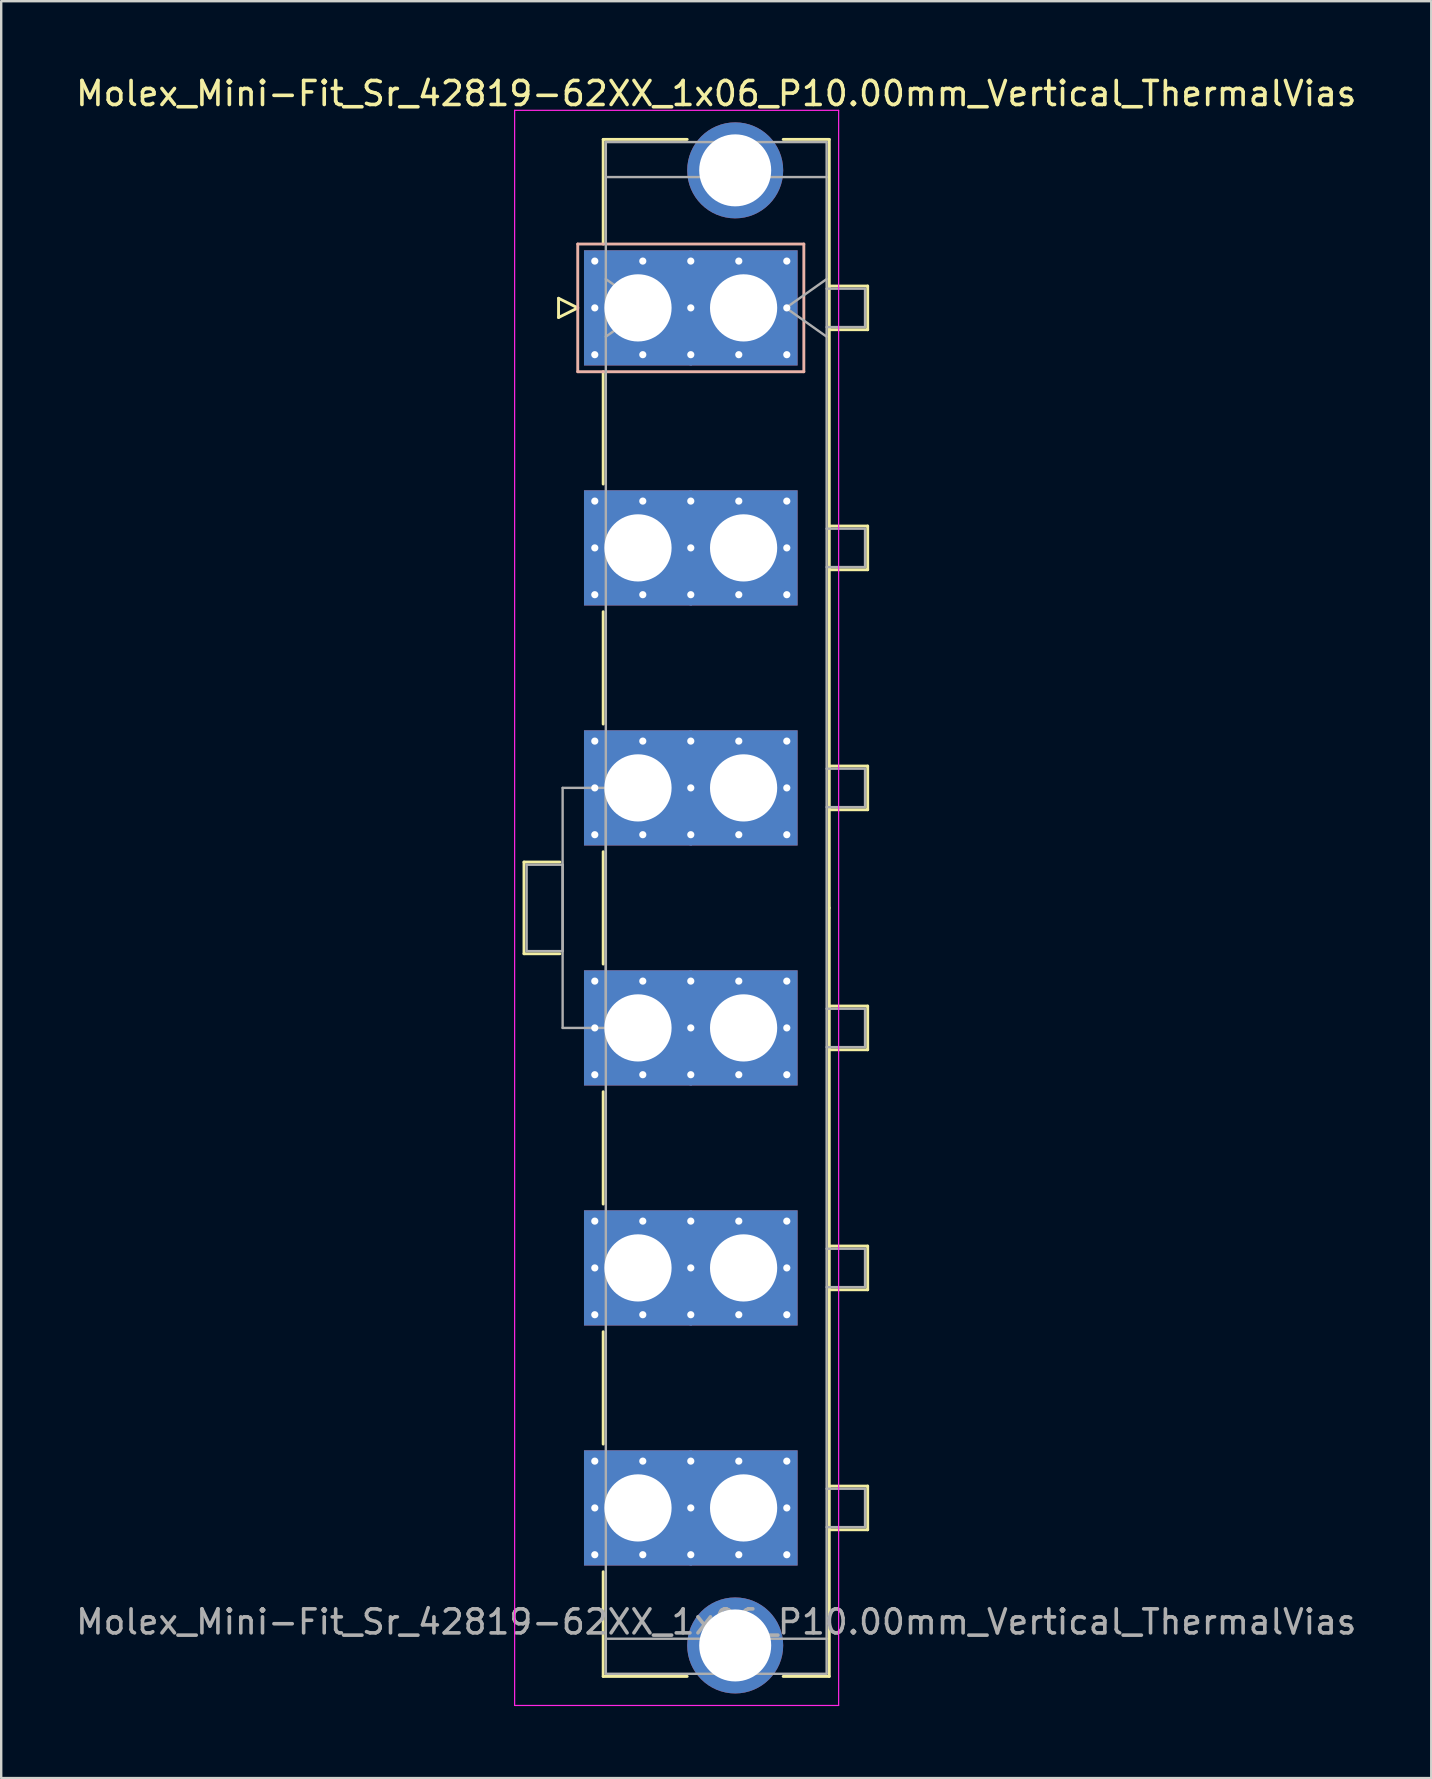
<source format=kicad_pcb>
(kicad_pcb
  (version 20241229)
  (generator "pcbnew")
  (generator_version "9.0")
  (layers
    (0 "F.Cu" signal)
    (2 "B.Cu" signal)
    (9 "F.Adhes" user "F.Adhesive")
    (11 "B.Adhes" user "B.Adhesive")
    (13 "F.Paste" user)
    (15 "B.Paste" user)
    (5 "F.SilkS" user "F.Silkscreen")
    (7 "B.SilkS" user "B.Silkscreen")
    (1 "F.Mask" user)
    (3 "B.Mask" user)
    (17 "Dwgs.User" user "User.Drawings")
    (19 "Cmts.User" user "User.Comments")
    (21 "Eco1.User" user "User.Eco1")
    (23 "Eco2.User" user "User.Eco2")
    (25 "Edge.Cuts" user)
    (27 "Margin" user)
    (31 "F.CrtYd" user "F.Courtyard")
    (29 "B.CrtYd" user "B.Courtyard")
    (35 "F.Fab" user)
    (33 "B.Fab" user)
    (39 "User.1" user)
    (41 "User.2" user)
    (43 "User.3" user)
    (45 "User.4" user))
  (footprint "Molex_Mini-Fit_Sr_42819-62XX_1x06_P10.00mm_Vertical_ThermalVias"
    (layer "F.Cu")
    (at 23.532 9.778)
    (property "Reference" "Molex_Mini-Fit_Sr_42819-62XX_1x06_P10.00mm_Vertical_ThermalVias" (at 3.26 -8.93 0) (layer "F.SilkS") (effects (font (size 1 1) (thickness 0.15))))
    (attr through_hole)
    (fp_line (start -4.75 23.09) (end -4.75 26.91) (stroke (width 0.12) (type solid)) (layer "F.SilkS"))
    (fp_line (start -4.75 26.91) (end -3.25 26.91) (stroke (width 0.12) (type solid)) (layer "F.SilkS"))
    (fp_line (start -3.31 -0.4) (end -3.31 0.4) (stroke (width 0.12) (type solid)) (layer "F.SilkS"))
    (fp_line (start -3.31 0.4) (end -2.51 0) (stroke (width 0.12) (type solid)) (layer "F.SilkS"))
    (fp_line (start -3.25 23.09) (end -4.75 23.09) (stroke (width 0.12) (type solid)) (layer "F.SilkS"))
    (fp_line (start -2.51 0) (end -3.31 -0.4) (stroke (width 0.12) (type solid)) (layer "F.SilkS"))
    (fp_line (start -1.45 -7.02) (end 2.05 -7.02) (stroke (width 0.12) (type solid)) (layer "F.SilkS"))
    (fp_line (start -1.45 -2.66) (end -1.45 -7.02) (stroke (width 0.12) (type solid)) (layer "F.SilkS"))
    (fp_line (start -1.45 2.66) (end -1.45 7.34) (stroke (width 0.12) (type solid)) (layer "F.SilkS"))
    (fp_line (start -1.45 12.66) (end -1.45 17.34) (stroke (width 0.12) (type solid)) (layer "F.SilkS"))
    (fp_line (start -1.45 22.66) (end -1.45 27.34) (stroke (width 0.12) (type solid)) (layer "F.SilkS"))
    (fp_line (start -1.45 32.66) (end -1.45 37.34) (stroke (width 0.12) (type solid)) (layer "F.SilkS"))
    (fp_line (start -1.45 42.66) (end -1.45 47.34) (stroke (width 0.12) (type solid)) (layer "F.SilkS"))
    (fp_line (start -1.45 52.66) (end -1.45 57.02) (stroke (width 0.12) (type solid)) (layer "F.SilkS"))
    (fp_line (start -1.45 57.02) (end 2.05 57.02) (stroke (width 0.12) (type solid)) (layer "F.SilkS"))
    (fp_line (start 6.05 -7.02) (end 7.97 -7.02) (stroke (width 0.12) (type solid)) (layer "F.SilkS"))
    (fp_line (start 6.05 57.02) (end 7.97 57.02) (stroke (width 0.12) (type solid)) (layer "F.SilkS"))
    (fp_line (start 7.97 -7.02) (end 7.97 25) (stroke (width 0.12) (type solid)) (layer "F.SilkS"))
    (fp_line (start 7.97 -0.91) (end 9.57 -0.91) (stroke (width 0.12) (type solid)) (layer "F.SilkS"))
    (fp_line (start 7.97 9.09) (end 9.57 9.09) (stroke (width 0.12) (type solid)) (layer "F.SilkS"))
    (fp_line (start 7.97 19.09) (end 9.57 19.09) (stroke (width 0.12) (type solid)) (layer "F.SilkS"))
    (fp_line (start 7.97 29.09) (end 9.57 29.09) (stroke (width 0.12) (type solid)) (layer "F.SilkS"))
    (fp_line (start 7.97 39.09) (end 9.57 39.09) (stroke (width 0.12) (type solid)) (layer "F.SilkS"))
    (fp_line (start 7.97 49.09) (end 9.57 49.09) (stroke (width 0.12) (type solid)) (layer "F.SilkS"))
    (fp_line (start 7.97 57.02) (end 7.97 25) (stroke (width 0.12) (type solid)) (layer "F.SilkS"))
    (fp_line (start 9.57 -0.91) (end 9.57 0.91) (stroke (width 0.12) (type solid)) (layer "F.SilkS"))
    (fp_line (start 9.57 0.91) (end 7.97 0.91) (stroke (width 0.12) (type solid)) (layer "F.SilkS"))
    (fp_line (start 9.57 9.09) (end 9.57 10.91) (stroke (width 0.12) (type solid)) (layer "F.SilkS"))
    (fp_line (start 9.57 10.91) (end 7.97 10.91) (stroke (width 0.12) (type solid)) (layer "F.SilkS"))
    (fp_line (start 9.57 19.09) (end 9.57 20.91) (stroke (width 0.12) (type solid)) (layer "F.SilkS"))
    (fp_line (start 9.57 20.91) (end 7.97 20.91) (stroke (width 0.12) (type solid)) (layer "F.SilkS"))
    (fp_line (start 9.57 29.09) (end 9.57 30.91) (stroke (width 0.12) (type solid)) (layer "F.SilkS"))
    (fp_line (start 9.57 30.91) (end 7.97 30.91) (stroke (width 0.12) (type solid)) (layer "F.SilkS"))
    (fp_line (start 9.57 39.09) (end 9.57 40.91) (stroke (width 0.12) (type solid)) (layer "F.SilkS"))
    (fp_line (start 9.57 40.91) (end 7.97 40.91) (stroke (width 0.12) (type solid)) (layer "F.SilkS"))
    (fp_line (start 9.57 49.09) (end 9.57 50.91) (stroke (width 0.12) (type solid)) (layer "F.SilkS"))
    (fp_line (start 9.57 50.91) (end 7.97 50.91) (stroke (width 0.12) (type solid)) (layer "F.SilkS"))
    (fp_line (start -2.51 -2.66) (end -2.51 2.66) (stroke (width 0.12) (type solid)) (layer "B.SilkS"))
    (fp_line (start -2.51 2.66) (end 6.91 2.66) (stroke (width 0.12) (type solid)) (layer "B.SilkS"))
    (fp_line (start 6.91 -2.66) (end -2.51 -2.66) (stroke (width 0.12) (type solid)) (layer "B.SilkS"))
    (fp_line (start 6.91 2.66) (end 6.91 -2.66) (stroke (width 0.12) (type solid)) (layer "B.SilkS"))
    (fp_line (start -5.14 -8.23) (end -5.14 58.23) (stroke (width 0.05) (type solid)) (layer "F.CrtYd"))
    (fp_line (start -5.14 58.23) (end 8.36 58.23) (stroke (width 0.05) (type solid)) (layer "F.CrtYd"))
    (fp_line (start 8.36 -8.23) (end -5.14 -8.23) (stroke (width 0.05) (type solid)) (layer "F.CrtYd"))
    (fp_line (start 8.36 58.23) (end 8.36 -8.23) (stroke (width 0.05) (type solid)) (layer "F.CrtYd"))
    (fp_line (start -4.64 23.2) (end -3.14 23.2) (stroke (width 0.1) (type solid)) (layer "F.Fab"))
    (fp_line (start -4.64 26.8) (end -4.64 23.2) (stroke (width 0.1) (type solid)) (layer "F.Fab"))
    (fp_line (start -3.14 20) (end -1.34 20) (stroke (width 0.1) (type solid)) (layer "F.Fab"))
    (fp_line (start -3.14 23.2) (end -3.14 26.8) (stroke (width 0.1) (type solid)) (layer "F.Fab"))
    (fp_line (start -3.14 26.8) (end -4.64 26.8) (stroke (width 0.1) (type solid)) (layer "F.Fab"))
    (fp_line (start -3.14 30) (end -3.14 20) (stroke (width 0.1) (type solid)) (layer "F.Fab"))
    (fp_line (start -1.34 -6.91) (end -1.34 56.91) (stroke (width 0.1) (type solid)) (layer "F.Fab"))
    (fp_line (start -1.34 -5.45) (end 7.86 -5.45) (stroke (width 0.1) (type solid)) (layer "F.Fab"))
    (fp_line (start -1.34 -1.2) (end 0.357 0) (stroke (width 0.1) (type solid)) (layer "F.Fab"))
    (fp_line (start -1.34 20) (end -1.34 30) (stroke (width 0.1) (type solid)) (layer "F.Fab"))
    (fp_line (start -1.34 30) (end -3.14 30) (stroke (width 0.1) (type solid)) (layer "F.Fab"))
    (fp_line (start -1.34 55.45) (end 7.86 55.45) (stroke (width 0.1) (type solid)) (layer "F.Fab"))
    (fp_line (start -1.34 56.91) (end 7.86 56.91) (stroke (width 0.1) (type solid)) (layer "F.Fab"))
    (fp_line (start 0.357 0) (end -1.34 1.2) (stroke (width 0.1) (type solid)) (layer "F.Fab"))
    (fp_line (start 6.163 0) (end 7.86 1.2) (stroke (width 0.1) (type solid)) (layer "F.Fab"))
    (fp_line (start 7.86 -6.91) (end -1.34 -6.91) (stroke (width 0.1) (type solid)) (layer "F.Fab"))
    (fp_line (start 7.86 -1.2) (end 6.163 0) (stroke (width 0.1) (type solid)) (layer "F.Fab"))
    (fp_line (start 7.86 -0.8) (end 9.46 -0.8) (stroke (width 0.1) (type solid)) (layer "F.Fab"))
    (fp_line (start 7.86 9.2) (end 9.46 9.2) (stroke (width 0.1) (type solid)) (layer "F.Fab"))
    (fp_line (start 7.86 19.2) (end 9.46 19.2) (stroke (width 0.1) (type solid)) (layer "F.Fab"))
    (fp_line (start 7.86 29.2) (end 9.46 29.2) (stroke (width 0.1) (type solid)) (layer "F.Fab"))
    (fp_line (start 7.86 39.2) (end 9.46 39.2) (stroke (width 0.1) (type solid)) (layer "F.Fab"))
    (fp_line (start 7.86 49.2) (end 9.46 49.2) (stroke (width 0.1) (type solid)) (layer "F.Fab"))
    (fp_line (start 7.86 56.91) (end 7.86 -6.91) (stroke (width 0.1) (type solid)) (layer "F.Fab"))
    (fp_line (start 9.46 -0.8) (end 9.46 0.8) (stroke (width 0.1) (type solid)) (layer "F.Fab"))
    (fp_line (start 9.46 0.8) (end 7.86 0.8) (stroke (width 0.1) (type solid)) (layer "F.Fab"))
    (fp_line (start 9.46 9.2) (end 9.46 10.8) (stroke (width 0.1) (type solid)) (layer "F.Fab"))
    (fp_line (start 9.46 10.8) (end 7.86 10.8) (stroke (width 0.1) (type solid)) (layer "F.Fab"))
    (fp_line (start 9.46 19.2) (end 9.46 20.8) (stroke (width 0.1) (type solid)) (layer "F.Fab"))
    (fp_line (start 9.46 20.8) (end 7.86 20.8) (stroke (width 0.1) (type solid)) (layer "F.Fab"))
    (fp_line (start 9.46 29.2) (end 9.46 30.8) (stroke (width 0.1) (type solid)) (layer "F.Fab"))
    (fp_line (start 9.46 30.8) (end 7.86 30.8) (stroke (width 0.1) (type solid)) (layer "F.Fab"))
    (fp_line (start 9.46 39.2) (end 9.46 40.8) (stroke (width 0.1) (type solid)) (layer "F.Fab"))
    (fp_line (start 9.46 40.8) (end 7.86 40.8) (stroke (width 0.1) (type solid)) (layer "F.Fab"))
    (fp_line (start 9.46 49.2) (end 9.46 50.8) (stroke (width 0.1) (type solid)) (layer "F.Fab"))
    (fp_line (start 9.46 50.8) (end 7.86 50.8) (stroke (width 0.1) (type solid)) (layer "F.Fab"))
    (fp_text user "${REFERENCE}" (at 3.26 54.75 0) (layer "F.Fab") (effects (font (size 1 1) (thickness 0.15))))
    (pad "" thru_hole circle (at 4.05 -5.73) (size 4 4) (drill 3) (layers "*.Cu" "*.Mask"))
    (pad "" thru_hole circle (at 4.05 55.73) (size 4 4) (drill 3) (layers "*.Cu" "*.Mask"))
    (pad "1" thru_hole rect (at -1.8 -1.95) (size 0.6 0.6) (drill 0.3) (layers "*.Cu" "*.Mask"))
    (pad "1" thru_hole rect (at -1.8 0) (size 0.6 0.6) (drill 0.3) (layers "*.Cu" "*.Mask"))
    (pad "1" thru_hole rect (at -1.8 1.95) (size 0.6 0.6) (drill 0.3) (layers "*.Cu" "*.Mask"))
    (pad "1" thru_hole rect (at 0 0) (size 4.5 4.8) (drill 2.8) (layers "*.Cu" "*.Mask"))
    (pad "1" thru_hole rect (at 0.2 -1.95) (size 0.6 0.6) (drill 0.3) (layers "*.Cu" "*.Mask"))
    (pad "1" thru_hole rect (at 0.2 1.95) (size 0.6 0.6) (drill 0.3) (layers "*.Cu" "*.Mask"))
    (pad "1" thru_hole rect (at 2.2 -1.95) (size 0.6 0.6) (drill 0.3) (layers "*.Cu" "*.Mask"))
    (pad "1" thru_hole rect (at 2.2 0) (size 0.6 0.6) (drill 0.3) (layers "*.Cu" "*.Mask"))
    (pad "1" thru_hole rect (at 2.2 1.95) (size 0.6 0.6) (drill 0.3) (layers "*.Cu" "*.Mask"))
    (pad "1" thru_hole rect (at 4.2 -1.95) (size 0.6 0.6) (drill 0.3) (layers "*.Cu" "*.Mask"))
    (pad "1" thru_hole rect (at 4.2 1.95) (size 0.6 0.6) (drill 0.3) (layers "*.Cu" "*.Mask"))
    (pad "1" thru_hole rect (at 4.4 0) (size 4.5 4.8) (drill 2.8) (layers "*.Cu" "*.Mask"))
    (pad "1" thru_hole rect (at 6.2 -1.95) (size 0.6 0.6) (drill 0.3) (layers "*.Cu" "*.Mask"))
    (pad "1" thru_hole rect (at 6.2 0) (size 0.6 0.6) (drill 0.3) (layers "*.Cu" "*.Mask"))
    (pad "1" thru_hole rect (at 6.2 1.95) (size 0.6 0.6) (drill 0.3) (layers "*.Cu" "*.Mask"))
    (pad "2" thru_hole circle (at -1.8 8.05) (size 0.6 0.6) (drill 0.3) (layers "*.Cu" "*.Mask"))
    (pad "2" thru_hole circle (at -1.8 10) (size 0.6 0.6) (drill 0.3) (layers "*.Cu" "*.Mask"))
    (pad "2" thru_hole circle (at -1.8 11.95) (size 0.6 0.6) (drill 0.3) (layers "*.Cu" "*.Mask"))
    (pad "2" thru_hole rect (at 0 10) (size 4.5 4.8) (drill 2.8) (layers "*.Cu" "*.Mask"))
    (pad "2" thru_hole circle (at 0.2 8.05) (size 0.6 0.6) (drill 0.3) (layers "*.Cu" "*.Mask"))
    (pad "2" thru_hole circle (at 0.2 11.95) (size 0.6 0.6) (drill 0.3) (layers "*.Cu" "*.Mask"))
    (pad "2" thru_hole circle (at 2.2 8.05) (size 0.6 0.6) (drill 0.3) (layers "*.Cu" "*.Mask"))
    (pad "2" thru_hole circle (at 2.2 10) (size 0.6 0.6) (drill 0.3) (layers "*.Cu" "*.Mask"))
    (pad "2" thru_hole circle (at 2.2 11.95) (size 0.6 0.6) (drill 0.3) (layers "*.Cu" "*.Mask"))
    (pad "2" thru_hole circle (at 4.2 8.05) (size 0.6 0.6) (drill 0.3) (layers "*.Cu" "*.Mask"))
    (pad "2" thru_hole circle (at 4.2 11.95) (size 0.6 0.6) (drill 0.3) (layers "*.Cu" "*.Mask"))
    (pad "2" thru_hole rect (at 4.4 10) (size 4.5 4.8) (drill 2.8) (layers "*.Cu" "*.Mask"))
    (pad "2" thru_hole circle (at 6.2 8.05) (size 0.6 0.6) (drill 0.3) (layers "*.Cu" "*.Mask"))
    (pad "2" thru_hole circle (at 6.2 10) (size 0.6 0.6) (drill 0.3) (layers "*.Cu" "*.Mask"))
    (pad "2" thru_hole circle (at 6.2 11.95) (size 0.6 0.6) (drill 0.3) (layers "*.Cu" "*.Mask"))
    (pad "3" thru_hole circle (at -1.8 18.05) (size 0.6 0.6) (drill 0.3) (layers "*.Cu" "*.Mask"))
    (pad "3" thru_hole circle (at -1.8 20) (size 0.6 0.6) (drill 0.3) (layers "*.Cu" "*.Mask"))
    (pad "3" thru_hole circle (at -1.8 21.95) (size 0.6 0.6) (drill 0.3) (layers "*.Cu" "*.Mask"))
    (pad "3" thru_hole rect (at 0 20) (size 4.5 4.8) (drill 2.8) (layers "*.Cu" "*.Mask"))
    (pad "3" thru_hole circle (at 0.2 18.05) (size 0.6 0.6) (drill 0.3) (layers "*.Cu" "*.Mask"))
    (pad "3" thru_hole circle (at 0.2 21.95) (size 0.6 0.6) (drill 0.3) (layers "*.Cu" "*.Mask"))
    (pad "3" thru_hole circle (at 2.2 18.05) (size 0.6 0.6) (drill 0.3) (layers "*.Cu" "*.Mask"))
    (pad "3" thru_hole circle (at 2.2 20) (size 0.6 0.6) (drill 0.3) (layers "*.Cu" "*.Mask"))
    (pad "3" thru_hole circle (at 2.2 21.95) (size 0.6 0.6) (drill 0.3) (layers "*.Cu" "*.Mask"))
    (pad "3" thru_hole circle (at 4.2 18.05) (size 0.6 0.6) (drill 0.3) (layers "*.Cu" "*.Mask"))
    (pad "3" thru_hole circle (at 4.2 21.95) (size 0.6 0.6) (drill 0.3) (layers "*.Cu" "*.Mask"))
    (pad "3" thru_hole rect (at 4.4 20) (size 4.5 4.8) (drill 2.8) (layers "*.Cu" "*.Mask"))
    (pad "3" thru_hole circle (at 6.2 18.05) (size 0.6 0.6) (drill 0.3) (layers "*.Cu" "*.Mask"))
    (pad "3" thru_hole circle (at 6.2 20) (size 0.6 0.6) (drill 0.3) (layers "*.Cu" "*.Mask"))
    (pad "3" thru_hole circle (at 6.2 21.95) (size 0.6 0.6) (drill 0.3) (layers "*.Cu" "*.Mask"))
    (pad "4" thru_hole circle (at -1.8 28.05) (size 0.6 0.6) (drill 0.3) (layers "*.Cu" "*.Mask"))
    (pad "4" thru_hole circle (at -1.8 30) (size 0.6 0.6) (drill 0.3) (layers "*.Cu" "*.Mask"))
    (pad "4" thru_hole circle (at -1.8 31.95) (size 0.6 0.6) (drill 0.3) (layers "*.Cu" "*.Mask"))
    (pad "4" thru_hole rect (at 0 30) (size 4.5 4.8) (drill 2.8) (layers "*.Cu" "*.Mask"))
    (pad "4" thru_hole circle (at 0.2 28.05) (size 0.6 0.6) (drill 0.3) (layers "*.Cu" "*.Mask"))
    (pad "4" thru_hole circle (at 0.2 31.95) (size 0.6 0.6) (drill 0.3) (layers "*.Cu" "*.Mask"))
    (pad "4" thru_hole circle (at 2.2 28.05) (size 0.6 0.6) (drill 0.3) (layers "*.Cu" "*.Mask"))
    (pad "4" thru_hole circle (at 2.2 30) (size 0.6 0.6) (drill 0.3) (layers "*.Cu" "*.Mask"))
    (pad "4" thru_hole circle (at 2.2 31.95) (size 0.6 0.6) (drill 0.3) (layers "*.Cu" "*.Mask"))
    (pad "4" thru_hole circle (at 4.2 28.05) (size 0.6 0.6) (drill 0.3) (layers "*.Cu" "*.Mask"))
    (pad "4" thru_hole circle (at 4.2 31.95) (size 0.6 0.6) (drill 0.3) (layers "*.Cu" "*.Mask"))
    (pad "4" thru_hole rect (at 4.4 30) (size 4.5 4.8) (drill 2.8) (layers "*.Cu" "*.Mask"))
    (pad "4" thru_hole circle (at 6.2 28.05) (size 0.6 0.6) (drill 0.3) (layers "*.Cu" "*.Mask"))
    (pad "4" thru_hole circle (at 6.2 30) (size 0.6 0.6) (drill 0.3) (layers "*.Cu" "*.Mask"))
    (pad "4" thru_hole circle (at 6.2 31.95) (size 0.6 0.6) (drill 0.3) (layers "*.Cu" "*.Mask"))
    (pad "5" thru_hole circle (at -1.8 38.05) (size 0.6 0.6) (drill 0.3) (layers "*.Cu" "*.Mask"))
    (pad "5" thru_hole circle (at -1.8 40) (size 0.6 0.6) (drill 0.3) (layers "*.Cu" "*.Mask"))
    (pad "5" thru_hole circle (at -1.8 41.95) (size 0.6 0.6) (drill 0.3) (layers "*.Cu" "*.Mask"))
    (pad "5" thru_hole rect (at 0 40) (size 4.5 4.8) (drill 2.8) (layers "*.Cu" "*.Mask"))
    (pad "5" thru_hole circle (at 0.2 38.05) (size 0.6 0.6) (drill 0.3) (layers "*.Cu" "*.Mask"))
    (pad "5" thru_hole circle (at 0.2 41.95) (size 0.6 0.6) (drill 0.3) (layers "*.Cu" "*.Mask"))
    (pad "5" thru_hole circle (at 2.2 38.05) (size 0.6 0.6) (drill 0.3) (layers "*.Cu" "*.Mask"))
    (pad "5" thru_hole circle (at 2.2 40) (size 0.6 0.6) (drill 0.3) (layers "*.Cu" "*.Mask"))
    (pad "5" thru_hole circle (at 2.2 41.95) (size 0.6 0.6) (drill 0.3) (layers "*.Cu" "*.Mask"))
    (pad "5" thru_hole circle (at 4.2 38.05) (size 0.6 0.6) (drill 0.3) (layers "*.Cu" "*.Mask"))
    (pad "5" thru_hole circle (at 4.2 41.95) (size 0.6 0.6) (drill 0.3) (layers "*.Cu" "*.Mask"))
    (pad "5" thru_hole rect (at 4.4 40) (size 4.5 4.8) (drill 2.8) (layers "*.Cu" "*.Mask"))
    (pad "5" thru_hole circle (at 6.2 38.05) (size 0.6 0.6) (drill 0.3) (layers "*.Cu" "*.Mask"))
    (pad "5" thru_hole circle (at 6.2 40) (size 0.6 0.6) (drill 0.3) (layers "*.Cu" "*.Mask"))
    (pad "5" thru_hole circle (at 6.2 41.95) (size 0.6 0.6) (drill 0.3) (layers "*.Cu" "*.Mask"))
    (pad "6" thru_hole circle (at -1.8 48.05) (size 0.6 0.6) (drill 0.3) (layers "*.Cu" "*.Mask"))
    (pad "6" thru_hole circle (at -1.8 50) (size 0.6 0.6) (drill 0.3) (layers "*.Cu" "*.Mask"))
    (pad "6" thru_hole circle (at -1.8 51.95) (size 0.6 0.6) (drill 0.3) (layers "*.Cu" "*.Mask"))
    (pad "6" thru_hole rect (at 0 50) (size 4.5 4.8) (drill 2.8) (layers "*.Cu" "*.Mask"))
    (pad "6" thru_hole circle (at 0.2 48.05) (size 0.6 0.6) (drill 0.3) (layers "*.Cu" "*.Mask"))
    (pad "6" thru_hole circle (at 0.2 51.95) (size 0.6 0.6) (drill 0.3) (layers "*.Cu" "*.Mask"))
    (pad "6" thru_hole circle (at 2.2 48.05) (size 0.6 0.6) (drill 0.3) (layers "*.Cu" "*.Mask"))
    (pad "6" thru_hole circle (at 2.2 50) (size 0.6 0.6) (drill 0.3) (layers "*.Cu" "*.Mask"))
    (pad "6" thru_hole circle (at 2.2 51.95) (size 0.6 0.6) (drill 0.3) (layers "*.Cu" "*.Mask"))
    (pad "6" thru_hole circle (at 4.2 48.05) (size 0.6 0.6) (drill 0.3) (layers "*.Cu" "*.Mask"))
    (pad "6" thru_hole circle (at 4.2 51.95) (size 0.6 0.6) (drill 0.3) (layers "*.Cu" "*.Mask"))
    (pad "6" thru_hole rect (at 4.4 50) (size 4.5 4.8) (drill 2.8) (layers "*.Cu" "*.Mask"))
    (pad "6" thru_hole circle (at 6.2 48.05) (size 0.6 0.6) (drill 0.3) (layers "*.Cu" "*.Mask"))
    (pad "6" thru_hole circle (at 6.2 50) (size 0.6 0.6) (drill 0.3) (layers "*.Cu" "*.Mask"))
    (pad "6" thru_hole circle (at 6.2 51.95) (size 0.6 0.6) (drill 0.3) (layers "*.Cu" "*.Mask")))
  (gr_rect
    (start -3 -3)
    (end 56.583 71.033)
    (stroke (width 0.1) (type default))
    (fill no)
    (layer "Edge.Cuts")))
</source>
